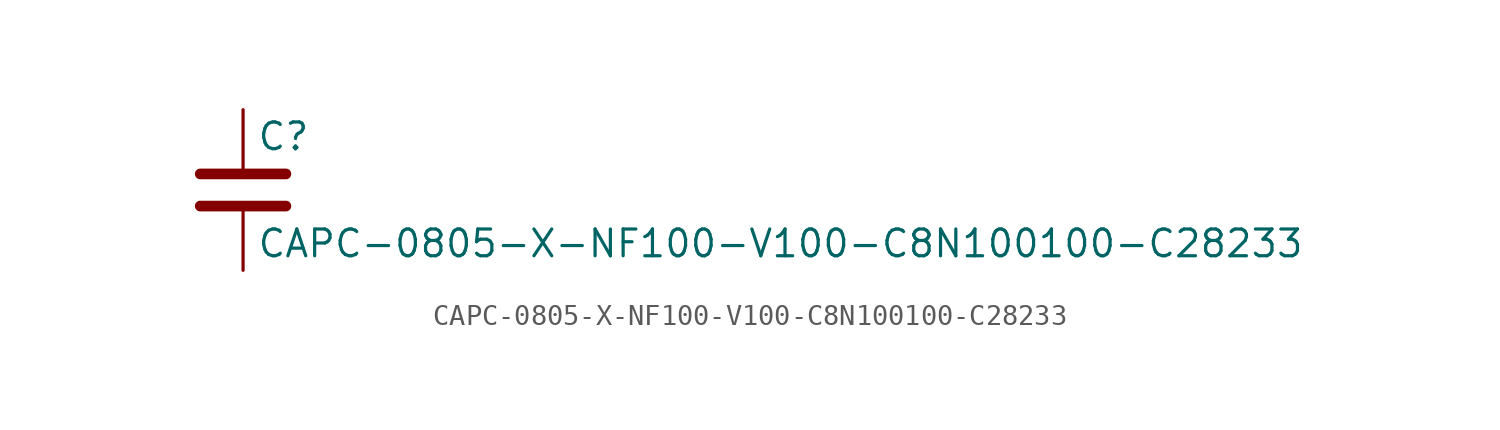
<source format=kicad_sym>
(kicad_symbol_lib
  (version 20211014)
  (generator kicad_symbol_editor)
  (symbol "CAPC-0805-X-NF100-V100-C8N100100-C28233"
    (pin_numbers hide)
    (pin_names
      (offset 0.254))
    (property "Reference" "C"
      (at 0.635 2.54 0)
      (effects (font (size 1.27 1.27)) (justify left)))
    (property "Value" "CAPC-0805-X-NF100-V100-C8N100100-C28233"
      (at 0.635 -2.54 0)
      (effects (font (size 1.27 1.27)) (justify left)))
    (symbol "CAPC-0805-X-NF100-V100-C8N100100-C28233_0_1"
      (polyline (pts (xy -2.032 -0.762) (xy 2.032 -0.762)) (stroke (width 0.508) (type default) (color 0 0 0 0)) (fill (type none)))
      (polyline (pts (xy -2.032 0.762) (xy 2.032 0.762)) (stroke (width 0.508) (type default) (color 0 0 0 0)) (fill (type none))))
    (symbol "CAPC-0805-X-NF100-V100-C8N100100-C28233_1_1"
      (pin passive line (at 0 3.81 270) (length 2.794) (name "~" (effects (font (size 1.27 1.27)))) (number "1" (effects (font (size 1.27 1.27)))))
      (pin passive line (at 0 -3.81 90) (length 2.794) (name "~" (effects (font (size 1.27 1.27)))) (number "2" (effects (font (size 1.27 1.27))))))))
</source>
